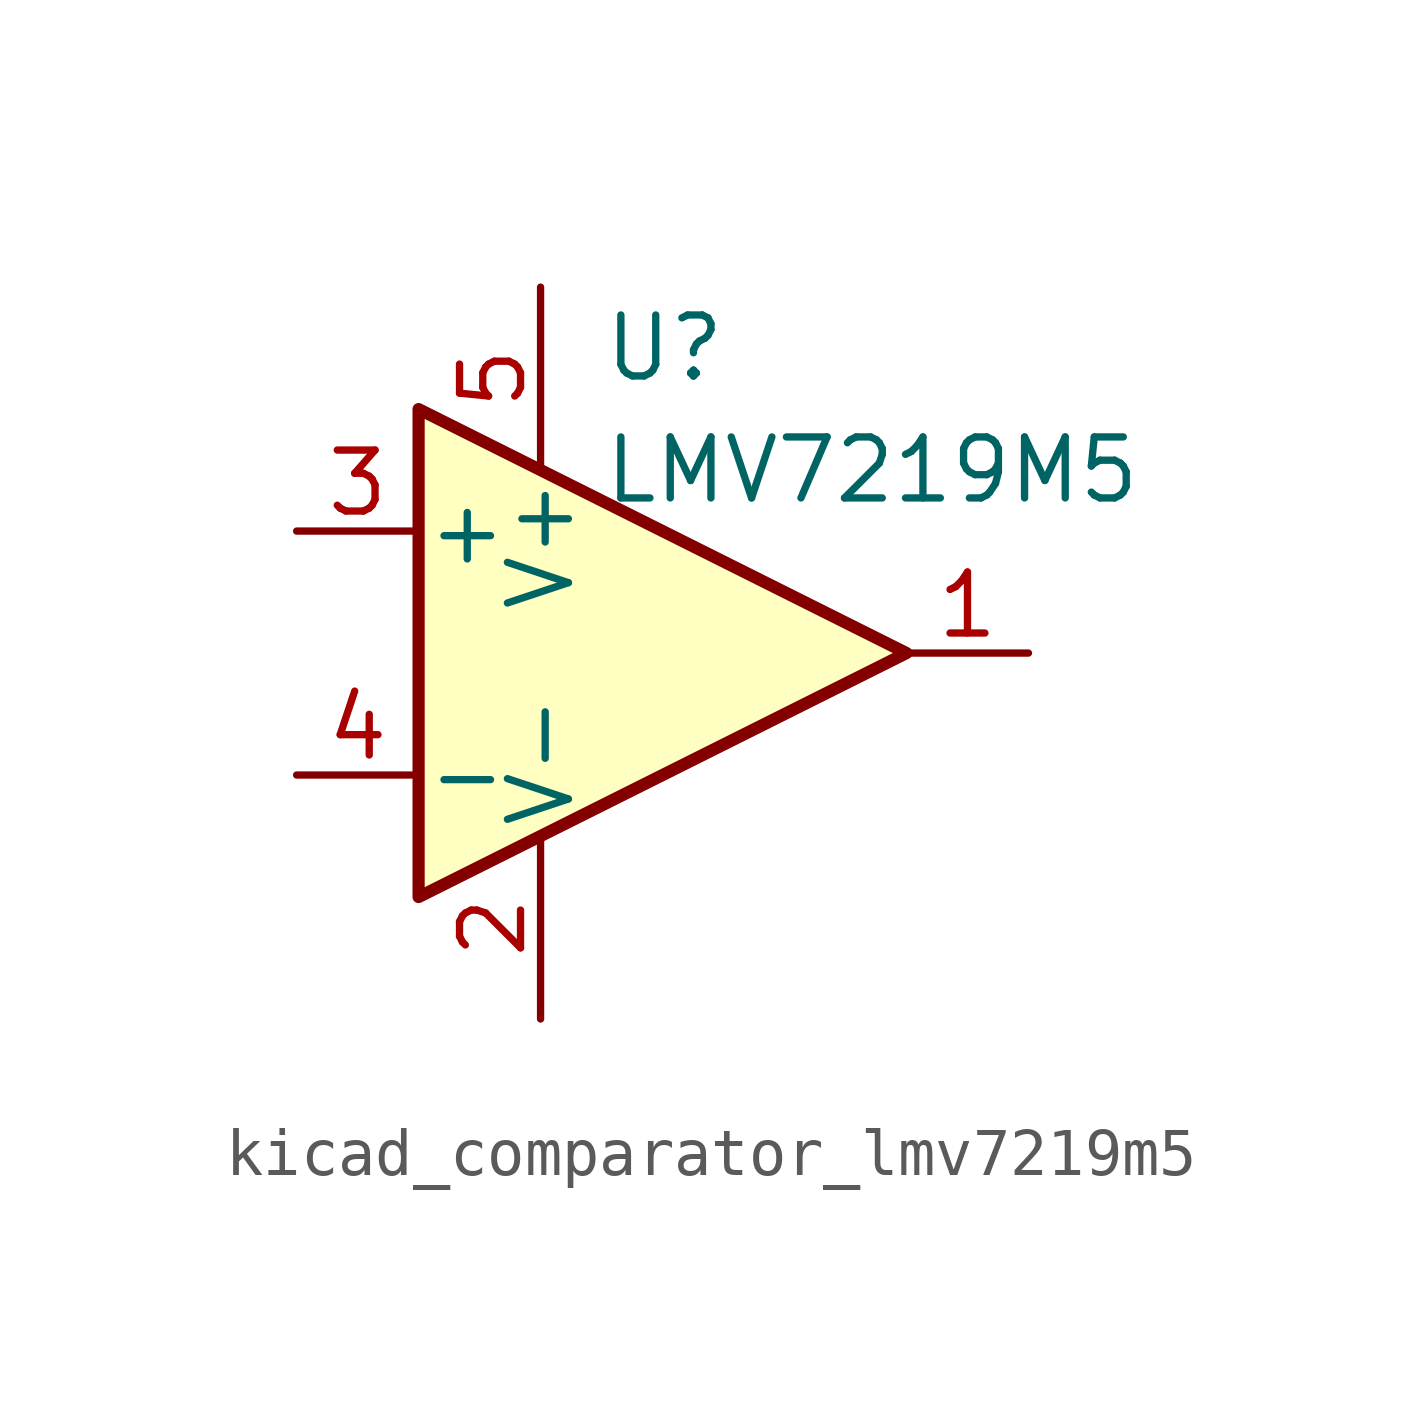
<source format=kicad_sym>
(kicad_symbol_lib
  (version 20220914)
  (generator kicad_symbol_editor)
  (symbol "kicad_comparator_lmv7219m5"
    (pin_names
      (offset 0.127))
    (property "Reference" "U"
      (at -1.27 6.35 0)
      (effects (font (size 1.27 1.27)) (justify left)))
    (property "Value" "LMV7219M5"
      (at -1.27 3.81 0)
      (effects (font (size 1.27 1.27)) (justify left)))
    (symbol "kicad_comparator_lmv7219m5_0_1"
      (polyline (pts (xy -5.08 5.08) (xy 5.08 0) (xy -5.08 -5.08) (xy -5.08 5.08)) (stroke (width 0.254) (type default)) (fill (type background)))
      (pin power_in line (at -2.54 -7.62 90) (length 3.81) (name "V-" (effects (font (size 1.27 1.27)))) (number "2" (effects (font (size 1.27 1.27)))))
      (pin power_in line (at -2.54 7.62 270) (length 3.81) (name "V+" (effects (font (size 1.27 1.27)))) (number "5" (effects (font (size 1.27 1.27))))))
    (symbol "kicad_comparator_lmv7219m5_1_1"
      (pin output line (at 7.62 0 180) (length 2.54) (name "~" (effects (font (size 1.27 1.27)))) (number "1" (effects (font (size 1.27 1.27)))))
      (pin input line (at -7.62 2.54 0) (length 2.54) (name "+" (effects (font (size 1.27 1.27)))) (number "3" (effects (font (size 1.27 1.27)))))
      (pin input line (at -7.62 -2.54 0) (length 2.54) (name "-" (effects (font (size 1.27 1.27)))) (number "4" (effects (font (size 1.27 1.27))))))))
</source>
